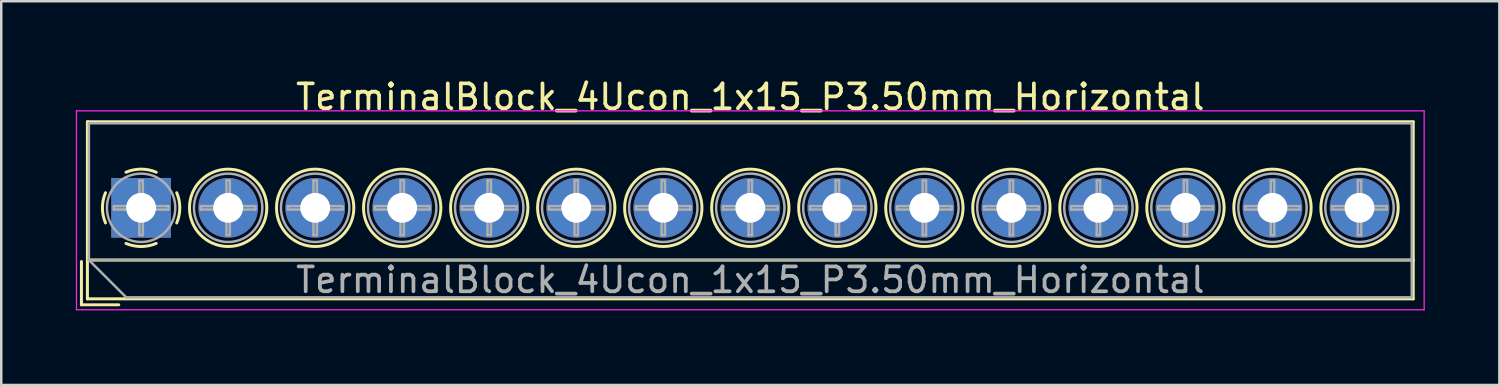
<source format=kicad_pcb>
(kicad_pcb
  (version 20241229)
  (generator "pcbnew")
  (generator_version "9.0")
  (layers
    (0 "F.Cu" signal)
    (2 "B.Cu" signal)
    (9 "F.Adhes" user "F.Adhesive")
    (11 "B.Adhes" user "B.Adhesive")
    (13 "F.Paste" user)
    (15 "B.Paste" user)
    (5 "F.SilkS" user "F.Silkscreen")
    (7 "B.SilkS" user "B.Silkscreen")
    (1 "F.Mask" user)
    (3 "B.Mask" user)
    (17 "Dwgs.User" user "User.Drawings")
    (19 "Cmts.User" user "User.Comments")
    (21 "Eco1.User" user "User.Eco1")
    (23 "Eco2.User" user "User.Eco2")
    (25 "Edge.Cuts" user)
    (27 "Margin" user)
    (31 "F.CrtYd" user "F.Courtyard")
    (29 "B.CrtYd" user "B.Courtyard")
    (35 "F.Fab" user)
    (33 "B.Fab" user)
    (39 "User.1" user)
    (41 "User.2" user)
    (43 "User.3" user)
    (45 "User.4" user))
  (footprint "TerminalBlock_4Ucon_1x15_P3.50mm_Horizontal"
    (layer "F.Cu")
    (at 2.625 5.308)
    (property "Reference" "TerminalBlock_4Ucon_1x15_P3.50mm_Horizontal" (at 24.5 -4.46 0) (layer "F.SilkS") (effects (font (size 1 1) (thickness 0.15))))
    (attr through_hole)
    (fp_line (start -2.4 2.16) (end -2.4 3.9) (stroke (width 0.12) (type solid)) (layer "F.SilkS"))
    (fp_line (start -2.4 3.9) (end -0.9 3.9) (stroke (width 0.12) (type solid)) (layer "F.SilkS"))
    (fp_line (start -2.16 -3.46) (end -2.16 3.66) (stroke (width 0.12) (type solid)) (layer "F.SilkS"))
    (fp_line (start -2.16 -3.46) (end 51.16 -3.46) (stroke (width 0.12) (type solid)) (layer "F.SilkS"))
    (fp_line (start -2.16 2.1) (end 51.16 2.1) (stroke (width 0.12) (type solid)) (layer "F.SilkS"))
    (fp_line (start -2.16 3.66) (end 51.16 3.66) (stroke (width 0.12) (type solid)) (layer "F.SilkS"))
    (fp_line (start 51.16 -3.46) (end 51.16 3.66) (stroke (width 0.12) (type solid)) (layer "F.SilkS"))
    (fp_arc (start -1.432109 0.607742) (mid -1.555727 -0.00014) (end -1.432 -0.608) (stroke (width 0.12) (type solid)) (layer "F.SilkS"))
    (fp_arc (start -0.607742 -1.432109) (mid 0.00014 -1.555727) (end 0.608 -1.432) (stroke (width 0.12) (type solid)) (layer "F.SilkS"))
    (fp_arc (start 0.027011 1.555493) (mid -0.296984 1.527118) (end -0.608 1.432) (stroke (width 0.12) (type solid)) (layer "F.SilkS"))
    (fp_arc (start 0.607587 1.431385) (mid 0.310017 1.523783) (end 0 1.555) (stroke (width 0.12) (type solid)) (layer "F.SilkS"))
    (fp_arc (start 1.432109 -0.607742) (mid 1.555727 0.00014) (end 1.432 0.608) (stroke (width 0.12) (type solid)) (layer "F.SilkS"))
    (fp_circle (center 3.5 0) (end 5.055 0) (stroke (width 0.12) (type solid)) (fill no) (layer "F.SilkS"))
    (fp_circle (center 7 0) (end 8.555 0) (stroke (width 0.12) (type solid)) (fill no) (layer "F.SilkS"))
    (fp_circle (center 10.5 0) (end 12.055 0) (stroke (width 0.12) (type solid)) (fill no) (layer "F.SilkS"))
    (fp_circle (center 14 0) (end 15.555 0) (stroke (width 0.12) (type solid)) (fill no) (layer "F.SilkS"))
    (fp_circle (center 17.5 0) (end 19.055 0) (stroke (width 0.12) (type solid)) (fill no) (layer "F.SilkS"))
    (fp_circle (center 21 0) (end 22.555 0) (stroke (width 0.12) (type solid)) (fill no) (layer "F.SilkS"))
    (fp_circle (center 24.5 0) (end 26.055 0) (stroke (width 0.12) (type solid)) (fill no) (layer "F.SilkS"))
    (fp_circle (center 28 0) (end 29.555 0) (stroke (width 0.12) (type solid)) (fill no) (layer "F.SilkS"))
    (fp_circle (center 31.5 0) (end 33.055 0) (stroke (width 0.12) (type solid)) (fill no) (layer "F.SilkS"))
    (fp_circle (center 35 0) (end 36.555 0) (stroke (width 0.12) (type solid)) (fill no) (layer "F.SilkS"))
    (fp_circle (center 38.5 0) (end 40.055 0) (stroke (width 0.12) (type solid)) (fill no) (layer "F.SilkS"))
    (fp_circle (center 42 0) (end 43.555 0) (stroke (width 0.12) (type solid)) (fill no) (layer "F.SilkS"))
    (fp_circle (center 45.5 0) (end 47.055 0) (stroke (width 0.12) (type solid)) (fill no) (layer "F.SilkS"))
    (fp_circle (center 49 0) (end 50.555 0) (stroke (width 0.12) (type solid)) (fill no) (layer "F.SilkS"))
    (fp_line (start -2.6 -3.9) (end -2.6 4.1) (stroke (width 0.05) (type solid)) (layer "F.CrtYd"))
    (fp_line (start -2.6 4.1) (end 51.6 4.1) (stroke (width 0.05) (type solid)) (layer "F.CrtYd"))
    (fp_line (start 51.6 -3.9) (end -2.6 -3.9) (stroke (width 0.05) (type solid)) (layer "F.CrtYd"))
    (fp_line (start 51.6 4.1) (end 51.6 -3.9) (stroke (width 0.05) (type solid)) (layer "F.CrtYd"))
    (fp_line (start -2.1 -3.4) (end 51.1 -3.4) (stroke (width 0.1) (type solid)) (layer "F.Fab"))
    (fp_line (start -2.1 2.1) (end -2.1 -3.4) (stroke (width 0.1) (type solid)) (layer "F.Fab"))
    (fp_line (start -2.1 2.1) (end 51.1 2.1) (stroke (width 0.1) (type solid)) (layer "F.Fab"))
    (fp_line (start -1.1 -0.069) (end -0.069 -0.069) (stroke (width 0.1) (type solid)) (layer "F.Fab"))
    (fp_line (start -1.1 0.069) (end -1.1 -0.069) (stroke (width 0.1) (type solid)) (layer "F.Fab"))
    (fp_line (start -0.6 3.6) (end -2.1 2.1) (stroke (width 0.1) (type solid)) (layer "F.Fab"))
    (fp_line (start -0.069 -1.1) (end 0.069 -1.1) (stroke (width 0.1) (type solid)) (layer "F.Fab"))
    (fp_line (start -0.069 -0.069) (end -0.069 -1.1) (stroke (width 0.1) (type solid)) (layer "F.Fab"))
    (fp_line (start -0.069 0.069) (end -1.1 0.069) (stroke (width 0.1) (type solid)) (layer "F.Fab"))
    (fp_line (start -0.069 1.1) (end -0.069 0.069) (stroke (width 0.1) (type solid)) (layer "F.Fab"))
    (fp_line (start 0.069 -1.1) (end 0.069 -0.069) (stroke (width 0.1) (type solid)) (layer "F.Fab"))
    (fp_line (start 0.069 -0.069) (end 1.1 -0.069) (stroke (width 0.1) (type solid)) (layer "F.Fab"))
    (fp_line (start 0.069 0.069) (end 0.069 1.1) (stroke (width 0.1) (type solid)) (layer "F.Fab"))
    (fp_line (start 0.069 1.1) (end -0.069 1.1) (stroke (width 0.1) (type solid)) (layer "F.Fab"))
    (fp_line (start 1.1 -0.069) (end 1.1 0.069) (stroke (width 0.1) (type solid)) (layer "F.Fab"))
    (fp_line (start 1.1 0.069) (end 0.069 0.069) (stroke (width 0.1) (type solid)) (layer "F.Fab"))
    (fp_line (start 2.4 -0.069) (end 3.431 -0.069) (stroke (width 0.1) (type solid)) (layer "F.Fab"))
    (fp_line (start 2.4 0.069) (end 2.4 -0.069) (stroke (width 0.1) (type solid)) (layer "F.Fab"))
    (fp_line (start 3.431 -1.1) (end 3.569 -1.1) (stroke (width 0.1) (type solid)) (layer "F.Fab"))
    (fp_line (start 3.431 -0.069) (end 3.431 -1.1) (stroke (width 0.1) (type solid)) (layer "F.Fab"))
    (fp_line (start 3.431 0.069) (end 2.4 0.069) (stroke (width 0.1) (type solid)) (layer "F.Fab"))
    (fp_line (start 3.431 1.1) (end 3.431 0.069) (stroke (width 0.1) (type solid)) (layer "F.Fab"))
    (fp_line (start 3.569 -1.1) (end 3.569 -0.069) (stroke (width 0.1) (type solid)) (layer "F.Fab"))
    (fp_line (start 3.569 -0.069) (end 4.6 -0.069) (stroke (width 0.1) (type solid)) (layer "F.Fab"))
    (fp_line (start 3.569 0.069) (end 3.569 1.1) (stroke (width 0.1) (type solid)) (layer "F.Fab"))
    (fp_line (start 3.569 1.1) (end 3.431 1.1) (stroke (width 0.1) (type solid)) (layer "F.Fab"))
    (fp_line (start 4.6 -0.069) (end 4.6 0.069) (stroke (width 0.1) (type solid)) (layer "F.Fab"))
    (fp_line (start 4.6 0.069) (end 3.569 0.069) (stroke (width 0.1) (type solid)) (layer "F.Fab"))
    (fp_line (start 5.9 -0.069) (end 6.931 -0.069) (stroke (width 0.1) (type solid)) (layer "F.Fab"))
    (fp_line (start 5.9 0.069) (end 5.9 -0.069) (stroke (width 0.1) (type solid)) (layer "F.Fab"))
    (fp_line (start 6.931 -1.1) (end 7.069 -1.1) (stroke (width 0.1) (type solid)) (layer "F.Fab"))
    (fp_line (start 6.931 -0.069) (end 6.931 -1.1) (stroke (width 0.1) (type solid)) (layer "F.Fab"))
    (fp_line (start 6.931 0.069) (end 5.9 0.069) (stroke (width 0.1) (type solid)) (layer "F.Fab"))
    (fp_line (start 6.931 1.1) (end 6.931 0.069) (stroke (width 0.1) (type solid)) (layer "F.Fab"))
    (fp_line (start 7.069 -1.1) (end 7.069 -0.069) (stroke (width 0.1) (type solid)) (layer "F.Fab"))
    (fp_line (start 7.069 -0.069) (end 8.1 -0.069) (stroke (width 0.1) (type solid)) (layer "F.Fab"))
    (fp_line (start 7.069 0.069) (end 7.069 1.1) (stroke (width 0.1) (type solid)) (layer "F.Fab"))
    (fp_line (start 7.069 1.1) (end 6.931 1.1) (stroke (width 0.1) (type solid)) (layer "F.Fab"))
    (fp_line (start 8.1 -0.069) (end 8.1 0.069) (stroke (width 0.1) (type solid)) (layer "F.Fab"))
    (fp_line (start 8.1 0.069) (end 7.069 0.069) (stroke (width 0.1) (type solid)) (layer "F.Fab"))
    (fp_line (start 9.4 -0.069) (end 10.431 -0.069) (stroke (width 0.1) (type solid)) (layer "F.Fab"))
    (fp_line (start 9.4 0.069) (end 9.4 -0.069) (stroke (width 0.1) (type solid)) (layer "F.Fab"))
    (fp_line (start 10.431 -1.1) (end 10.569 -1.1) (stroke (width 0.1) (type solid)) (layer "F.Fab"))
    (fp_line (start 10.431 -0.069) (end 10.431 -1.1) (stroke (width 0.1) (type solid)) (layer "F.Fab"))
    (fp_line (start 10.431 0.069) (end 9.4 0.069) (stroke (width 0.1) (type solid)) (layer "F.Fab"))
    (fp_line (start 10.431 1.1) (end 10.431 0.069) (stroke (width 0.1) (type solid)) (layer "F.Fab"))
    (fp_line (start 10.569 -1.1) (end 10.569 -0.069) (stroke (width 0.1) (type solid)) (layer "F.Fab"))
    (fp_line (start 10.569 -0.069) (end 11.6 -0.069) (stroke (width 0.1) (type solid)) (layer "F.Fab"))
    (fp_line (start 10.569 0.069) (end 10.569 1.1) (stroke (width 0.1) (type solid)) (layer "F.Fab"))
    (fp_line (start 10.569 1.1) (end 10.431 1.1) (stroke (width 0.1) (type solid)) (layer "F.Fab"))
    (fp_line (start 11.6 -0.069) (end 11.6 0.069) (stroke (width 0.1) (type solid)) (layer "F.Fab"))
    (fp_line (start 11.6 0.069) (end 10.569 0.069) (stroke (width 0.1) (type solid)) (layer "F.Fab"))
    (fp_line (start 12.9 -0.069) (end 13.931 -0.069) (stroke (width 0.1) (type solid)) (layer "F.Fab"))
    (fp_line (start 12.9 0.069) (end 12.9 -0.069) (stroke (width 0.1) (type solid)) (layer "F.Fab"))
    (fp_line (start 13.931 -1.1) (end 14.069 -1.1) (stroke (width 0.1) (type solid)) (layer "F.Fab"))
    (fp_line (start 13.931 -0.069) (end 13.931 -1.1) (stroke (width 0.1) (type solid)) (layer "F.Fab"))
    (fp_line (start 13.931 0.069) (end 12.9 0.069) (stroke (width 0.1) (type solid)) (layer "F.Fab"))
    (fp_line (start 13.931 1.1) (end 13.931 0.069) (stroke (width 0.1) (type solid)) (layer "F.Fab"))
    (fp_line (start 14.069 -1.1) (end 14.069 -0.069) (stroke (width 0.1) (type solid)) (layer "F.Fab"))
    (fp_line (start 14.069 -0.069) (end 15.1 -0.069) (stroke (width 0.1) (type solid)) (layer "F.Fab"))
    (fp_line (start 14.069 0.069) (end 14.069 1.1) (stroke (width 0.1) (type solid)) (layer "F.Fab"))
    (fp_line (start 14.069 1.1) (end 13.931 1.1) (stroke (width 0.1) (type solid)) (layer "F.Fab"))
    (fp_line (start 15.1 -0.069) (end 15.1 0.069) (stroke (width 0.1) (type solid)) (layer "F.Fab"))
    (fp_line (start 15.1 0.069) (end 14.069 0.069) (stroke (width 0.1) (type solid)) (layer "F.Fab"))
    (fp_line (start 16.4 -0.069) (end 17.431 -0.069) (stroke (width 0.1) (type solid)) (layer "F.Fab"))
    (fp_line (start 16.4 0.069) (end 16.4 -0.069) (stroke (width 0.1) (type solid)) (layer "F.Fab"))
    (fp_line (start 17.431 -1.1) (end 17.569 -1.1) (stroke (width 0.1) (type solid)) (layer "F.Fab"))
    (fp_line (start 17.431 -0.069) (end 17.431 -1.1) (stroke (width 0.1) (type solid)) (layer "F.Fab"))
    (fp_line (start 17.431 0.069) (end 16.4 0.069) (stroke (width 0.1) (type solid)) (layer "F.Fab"))
    (fp_line (start 17.431 1.1) (end 17.431 0.069) (stroke (width 0.1) (type solid)) (layer "F.Fab"))
    (fp_line (start 17.569 -1.1) (end 17.569 -0.069) (stroke (width 0.1) (type solid)) (layer "F.Fab"))
    (fp_line (start 17.569 -0.069) (end 18.6 -0.069) (stroke (width 0.1) (type solid)) (layer "F.Fab"))
    (fp_line (start 17.569 0.069) (end 17.569 1.1) (stroke (width 0.1) (type solid)) (layer "F.Fab"))
    (fp_line (start 17.569 1.1) (end 17.431 1.1) (stroke (width 0.1) (type solid)) (layer "F.Fab"))
    (fp_line (start 18.6 -0.069) (end 18.6 0.069) (stroke (width 0.1) (type solid)) (layer "F.Fab"))
    (fp_line (start 18.6 0.069) (end 17.569 0.069) (stroke (width 0.1) (type solid)) (layer "F.Fab"))
    (fp_line (start 19.9 -0.069) (end 20.931 -0.069) (stroke (width 0.1) (type solid)) (layer "F.Fab"))
    (fp_line (start 19.9 0.069) (end 19.9 -0.069) (stroke (width 0.1) (type solid)) (layer "F.Fab"))
    (fp_line (start 20.931 -1.1) (end 21.069 -1.1) (stroke (width 0.1) (type solid)) (layer "F.Fab"))
    (fp_line (start 20.931 -0.069) (end 20.931 -1.1) (stroke (width 0.1) (type solid)) (layer "F.Fab"))
    (fp_line (start 20.931 0.069) (end 19.9 0.069) (stroke (width 0.1) (type solid)) (layer "F.Fab"))
    (fp_line (start 20.931 1.1) (end 20.931 0.069) (stroke (width 0.1) (type solid)) (layer "F.Fab"))
    (fp_line (start 21.069 -1.1) (end 21.069 -0.069) (stroke (width 0.1) (type solid)) (layer "F.Fab"))
    (fp_line (start 21.069 -0.069) (end 22.1 -0.069) (stroke (width 0.1) (type solid)) (layer "F.Fab"))
    (fp_line (start 21.069 0.069) (end 21.069 1.1) (stroke (width 0.1) (type solid)) (layer "F.Fab"))
    (fp_line (start 21.069 1.1) (end 20.931 1.1) (stroke (width 0.1) (type solid)) (layer "F.Fab"))
    (fp_line (start 22.1 -0.069) (end 22.1 0.069) (stroke (width 0.1) (type solid)) (layer "F.Fab"))
    (fp_line (start 22.1 0.069) (end 21.069 0.069) (stroke (width 0.1) (type solid)) (layer "F.Fab"))
    (fp_line (start 23.4 -0.069) (end 24.431 -0.069) (stroke (width 0.1) (type solid)) (layer "F.Fab"))
    (fp_line (start 23.4 0.069) (end 23.4 -0.069) (stroke (width 0.1) (type solid)) (layer "F.Fab"))
    (fp_line (start 24.431 -1.1) (end 24.569 -1.1) (stroke (width 0.1) (type solid)) (layer "F.Fab"))
    (fp_line (start 24.431 -0.069) (end 24.431 -1.1) (stroke (width 0.1) (type solid)) (layer "F.Fab"))
    (fp_line (start 24.431 0.069) (end 23.4 0.069) (stroke (width 0.1) (type solid)) (layer "F.Fab"))
    (fp_line (start 24.431 1.1) (end 24.431 0.069) (stroke (width 0.1) (type solid)) (layer "F.Fab"))
    (fp_line (start 24.569 -1.1) (end 24.569 -0.069) (stroke (width 0.1) (type solid)) (layer "F.Fab"))
    (fp_line (start 24.569 -0.069) (end 25.6 -0.069) (stroke (width 0.1) (type solid)) (layer "F.Fab"))
    (fp_line (start 24.569 0.069) (end 24.569 1.1) (stroke (width 0.1) (type solid)) (layer "F.Fab"))
    (fp_line (start 24.569 1.1) (end 24.431 1.1) (stroke (width 0.1) (type solid)) (layer "F.Fab"))
    (fp_line (start 25.6 -0.069) (end 25.6 0.069) (stroke (width 0.1) (type solid)) (layer "F.Fab"))
    (fp_line (start 25.6 0.069) (end 24.569 0.069) (stroke (width 0.1) (type solid)) (layer "F.Fab"))
    (fp_line (start 26.9 -0.069) (end 27.931 -0.069) (stroke (width 0.1) (type solid)) (layer "F.Fab"))
    (fp_line (start 26.9 0.069) (end 26.9 -0.069) (stroke (width 0.1) (type solid)) (layer "F.Fab"))
    (fp_line (start 27.931 -1.1) (end 28.069 -1.1) (stroke (width 0.1) (type solid)) (layer "F.Fab"))
    (fp_line (start 27.931 -0.069) (end 27.931 -1.1) (stroke (width 0.1) (type solid)) (layer "F.Fab"))
    (fp_line (start 27.931 0.069) (end 26.9 0.069) (stroke (width 0.1) (type solid)) (layer "F.Fab"))
    (fp_line (start 27.931 1.1) (end 27.931 0.069) (stroke (width 0.1) (type solid)) (layer "F.Fab"))
    (fp_line (start 28.069 -1.1) (end 28.069 -0.069) (stroke (width 0.1) (type solid)) (layer "F.Fab"))
    (fp_line (start 28.069 -0.069) (end 29.1 -0.069) (stroke (width 0.1) (type solid)) (layer "F.Fab"))
    (fp_line (start 28.069 0.069) (end 28.069 1.1) (stroke (width 0.1) (type solid)) (layer "F.Fab"))
    (fp_line (start 28.069 1.1) (end 27.931 1.1) (stroke (width 0.1) (type solid)) (layer "F.Fab"))
    (fp_line (start 29.1 -0.069) (end 29.1 0.069) (stroke (width 0.1) (type solid)) (layer "F.Fab"))
    (fp_line (start 29.1 0.069) (end 28.069 0.069) (stroke (width 0.1) (type solid)) (layer "F.Fab"))
    (fp_line (start 30.4 -0.069) (end 31.431 -0.069) (stroke (width 0.1) (type solid)) (layer "F.Fab"))
    (fp_line (start 30.4 0.069) (end 30.4 -0.069) (stroke (width 0.1) (type solid)) (layer "F.Fab"))
    (fp_line (start 31.431 -1.1) (end 31.569 -1.1) (stroke (width 0.1) (type solid)) (layer "F.Fab"))
    (fp_line (start 31.431 -0.069) (end 31.431 -1.1) (stroke (width 0.1) (type solid)) (layer "F.Fab"))
    (fp_line (start 31.431 0.069) (end 30.4 0.069) (stroke (width 0.1) (type solid)) (layer "F.Fab"))
    (fp_line (start 31.431 1.1) (end 31.431 0.069) (stroke (width 0.1) (type solid)) (layer "F.Fab"))
    (fp_line (start 31.569 -1.1) (end 31.569 -0.069) (stroke (width 0.1) (type solid)) (layer "F.Fab"))
    (fp_line (start 31.569 -0.069) (end 32.6 -0.069) (stroke (width 0.1) (type solid)) (layer "F.Fab"))
    (fp_line (start 31.569 0.069) (end 31.569 1.1) (stroke (width 0.1) (type solid)) (layer "F.Fab"))
    (fp_line (start 31.569 1.1) (end 31.431 1.1) (stroke (width 0.1) (type solid)) (layer "F.Fab"))
    (fp_line (start 32.6 -0.069) (end 32.6 0.069) (stroke (width 0.1) (type solid)) (layer "F.Fab"))
    (fp_line (start 32.6 0.069) (end 31.569 0.069) (stroke (width 0.1) (type solid)) (layer "F.Fab"))
    (fp_line (start 33.9 -0.069) (end 34.931 -0.069) (stroke (width 0.1) (type solid)) (layer "F.Fab"))
    (fp_line (start 33.9 0.069) (end 33.9 -0.069) (stroke (width 0.1) (type solid)) (layer "F.Fab"))
    (fp_line (start 34.931 -1.1) (end 35.069 -1.1) (stroke (width 0.1) (type solid)) (layer "F.Fab"))
    (fp_line (start 34.931 -0.069) (end 34.931 -1.1) (stroke (width 0.1) (type solid)) (layer "F.Fab"))
    (fp_line (start 34.931 0.069) (end 33.9 0.069) (stroke (width 0.1) (type solid)) (layer "F.Fab"))
    (fp_line (start 34.931 1.1) (end 34.931 0.069) (stroke (width 0.1) (type solid)) (layer "F.Fab"))
    (fp_line (start 35.069 -1.1) (end 35.069 -0.069) (stroke (width 0.1) (type solid)) (layer "F.Fab"))
    (fp_line (start 35.069 -0.069) (end 36.1 -0.069) (stroke (width 0.1) (type solid)) (layer "F.Fab"))
    (fp_line (start 35.069 0.069) (end 35.069 1.1) (stroke (width 0.1) (type solid)) (layer "F.Fab"))
    (fp_line (start 35.069 1.1) (end 34.931 1.1) (stroke (width 0.1) (type solid)) (layer "F.Fab"))
    (fp_line (start 36.1 -0.069) (end 36.1 0.069) (stroke (width 0.1) (type solid)) (layer "F.Fab"))
    (fp_line (start 36.1 0.069) (end 35.069 0.069) (stroke (width 0.1) (type solid)) (layer "F.Fab"))
    (fp_line (start 37.4 -0.069) (end 38.431 -0.069) (stroke (width 0.1) (type solid)) (layer "F.Fab"))
    (fp_line (start 37.4 0.069) (end 37.4 -0.069) (stroke (width 0.1) (type solid)) (layer "F.Fab"))
    (fp_line (start 38.431 -1.1) (end 38.569 -1.1) (stroke (width 0.1) (type solid)) (layer "F.Fab"))
    (fp_line (start 38.431 -0.069) (end 38.431 -1.1) (stroke (width 0.1) (type solid)) (layer "F.Fab"))
    (fp_line (start 38.431 0.069) (end 37.4 0.069) (stroke (width 0.1) (type solid)) (layer "F.Fab"))
    (fp_line (start 38.431 1.1) (end 38.431 0.069) (stroke (width 0.1) (type solid)) (layer "F.Fab"))
    (fp_line (start 38.569 -1.1) (end 38.569 -0.069) (stroke (width 0.1) (type solid)) (layer "F.Fab"))
    (fp_line (start 38.569 -0.069) (end 39.6 -0.069) (stroke (width 0.1) (type solid)) (layer "F.Fab"))
    (fp_line (start 38.569 0.069) (end 38.569 1.1) (stroke (width 0.1) (type solid)) (layer "F.Fab"))
    (fp_line (start 38.569 1.1) (end 38.431 1.1) (stroke (width 0.1) (type solid)) (layer "F.Fab"))
    (fp_line (start 39.6 -0.069) (end 39.6 0.069) (stroke (width 0.1) (type solid)) (layer "F.Fab"))
    (fp_line (start 39.6 0.069) (end 38.569 0.069) (stroke (width 0.1) (type solid)) (layer "F.Fab"))
    (fp_line (start 40.9 -0.069) (end 41.931 -0.069) (stroke (width 0.1) (type solid)) (layer "F.Fab"))
    (fp_line (start 40.9 0.069) (end 40.9 -0.069) (stroke (width 0.1) (type solid)) (layer "F.Fab"))
    (fp_line (start 41.931 -1.1) (end 42.069 -1.1) (stroke (width 0.1) (type solid)) (layer "F.Fab"))
    (fp_line (start 41.931 -0.069) (end 41.931 -1.1) (stroke (width 0.1) (type solid)) (layer "F.Fab"))
    (fp_line (start 41.931 0.069) (end 40.9 0.069) (stroke (width 0.1) (type solid)) (layer "F.Fab"))
    (fp_line (start 41.931 1.1) (end 41.931 0.069) (stroke (width 0.1) (type solid)) (layer "F.Fab"))
    (fp_line (start 42.069 -1.1) (end 42.069 -0.069) (stroke (width 0.1) (type solid)) (layer "F.Fab"))
    (fp_line (start 42.069 -0.069) (end 43.1 -0.069) (stroke (width 0.1) (type solid)) (layer "F.Fab"))
    (fp_line (start 42.069 0.069) (end 42.069 1.1) (stroke (width 0.1) (type solid)) (layer "F.Fab"))
    (fp_line (start 42.069 1.1) (end 41.931 1.1) (stroke (width 0.1) (type solid)) (layer "F.Fab"))
    (fp_line (start 43.1 -0.069) (end 43.1 0.069) (stroke (width 0.1) (type solid)) (layer "F.Fab"))
    (fp_line (start 43.1 0.069) (end 42.069 0.069) (stroke (width 0.1) (type solid)) (layer "F.Fab"))
    (fp_line (start 44.4 -0.069) (end 45.431 -0.069) (stroke (width 0.1) (type solid)) (layer "F.Fab"))
    (fp_line (start 44.4 0.069) (end 44.4 -0.069) (stroke (width 0.1) (type solid)) (layer "F.Fab"))
    (fp_line (start 45.431 -1.1) (end 45.569 -1.1) (stroke (width 0.1) (type solid)) (layer "F.Fab"))
    (fp_line (start 45.431 -0.069) (end 45.431 -1.1) (stroke (width 0.1) (type solid)) (layer "F.Fab"))
    (fp_line (start 45.431 0.069) (end 44.4 0.069) (stroke (width 0.1) (type solid)) (layer "F.Fab"))
    (fp_line (start 45.431 1.1) (end 45.431 0.069) (stroke (width 0.1) (type solid)) (layer "F.Fab"))
    (fp_line (start 45.569 -1.1) (end 45.569 -0.069) (stroke (width 0.1) (type solid)) (layer "F.Fab"))
    (fp_line (start 45.569 -0.069) (end 46.6 -0.069) (stroke (width 0.1) (type solid)) (layer "F.Fab"))
    (fp_line (start 45.569 0.069) (end 45.569 1.1) (stroke (width 0.1) (type solid)) (layer "F.Fab"))
    (fp_line (start 45.569 1.1) (end 45.431 1.1) (stroke (width 0.1) (type solid)) (layer "F.Fab"))
    (fp_line (start 46.6 -0.069) (end 46.6 0.069) (stroke (width 0.1) (type solid)) (layer "F.Fab"))
    (fp_line (start 46.6 0.069) (end 45.569 0.069) (stroke (width 0.1) (type solid)) (layer "F.Fab"))
    (fp_line (start 47.9 -0.069) (end 48.931 -0.069) (stroke (width 0.1) (type solid)) (layer "F.Fab"))
    (fp_line (start 47.9 0.069) (end 47.9 -0.069) (stroke (width 0.1) (type solid)) (layer "F.Fab"))
    (fp_line (start 48.931 -1.1) (end 49.069 -1.1) (stroke (width 0.1) (type solid)) (layer "F.Fab"))
    (fp_line (start 48.931 -0.069) (end 48.931 -1.1) (stroke (width 0.1) (type solid)) (layer "F.Fab"))
    (fp_line (start 48.931 0.069) (end 47.9 0.069) (stroke (width 0.1) (type solid)) (layer "F.Fab"))
    (fp_line (start 48.931 1.1) (end 48.931 0.069) (stroke (width 0.1) (type solid)) (layer "F.Fab"))
    (fp_line (start 49.069 -1.1) (end 49.069 -0.069) (stroke (width 0.1) (type solid)) (layer "F.Fab"))
    (fp_line (start 49.069 -0.069) (end 50.1 -0.069) (stroke (width 0.1) (type solid)) (layer "F.Fab"))
    (fp_line (start 49.069 0.069) (end 49.069 1.1) (stroke (width 0.1) (type solid)) (layer "F.Fab"))
    (fp_line (start 49.069 1.1) (end 48.931 1.1) (stroke (width 0.1) (type solid)) (layer "F.Fab"))
    (fp_line (start 50.1 -0.069) (end 50.1 0.069) (stroke (width 0.1) (type solid)) (layer "F.Fab"))
    (fp_line (start 50.1 0.069) (end 49.069 0.069) (stroke (width 0.1) (type solid)) (layer "F.Fab"))
    (fp_line (start 51.1 -3.4) (end 51.1 3.6) (stroke (width 0.1) (type solid)) (layer "F.Fab"))
    (fp_line (start 51.1 3.6) (end -0.6 3.6) (stroke (width 0.1) (type solid)) (layer "F.Fab"))
    (fp_circle (center 0 0) (end 1.375 0) (stroke (width 0.1) (type solid)) (fill no) (layer "F.Fab"))
    (fp_circle (center 3.5 0) (end 4.875 0) (stroke (width 0.1) (type solid)) (fill no) (layer "F.Fab"))
    (fp_circle (center 7 0) (end 8.375 0) (stroke (width 0.1) (type solid)) (fill no) (layer "F.Fab"))
    (fp_circle (center 10.5 0) (end 11.875 0) (stroke (width 0.1) (type solid)) (fill no) (layer "F.Fab"))
    (fp_circle (center 14 0) (end 15.375 0) (stroke (width 0.1) (type solid)) (fill no) (layer "F.Fab"))
    (fp_circle (center 17.5 0) (end 18.875 0) (stroke (width 0.1) (type solid)) (fill no) (layer "F.Fab"))
    (fp_circle (center 21 0) (end 22.375 0) (stroke (width 0.1) (type solid)) (fill no) (layer "F.Fab"))
    (fp_circle (center 24.5 0) (end 25.875 0) (stroke (width 0.1) (type solid)) (fill no) (layer "F.Fab"))
    (fp_circle (center 28 0) (end 29.375 0) (stroke (width 0.1) (type solid)) (fill no) (layer "F.Fab"))
    (fp_circle (center 31.5 0) (end 32.875 0) (stroke (width 0.1) (type solid)) (fill no) (layer "F.Fab"))
    (fp_circle (center 35 0) (end 36.375 0) (stroke (width 0.1) (type solid)) (fill no) (layer "F.Fab"))
    (fp_circle (center 38.5 0) (end 39.875 0) (stroke (width 0.1) (type solid)) (fill no) (layer "F.Fab"))
    (fp_circle (center 42 0) (end 43.375 0) (stroke (width 0.1) (type solid)) (fill no) (layer "F.Fab"))
    (fp_circle (center 45.5 0) (end 46.875 0) (stroke (width 0.1) (type solid)) (fill no) (layer "F.Fab"))
    (fp_circle (center 49 0) (end 50.375 0) (stroke (width 0.1) (type solid)) (fill no) (layer "F.Fab"))
    (fp_text user "${REFERENCE}" (at 24.5 2.9 0) (layer "F.Fab") (effects (font (size 1 1) (thickness 0.15))))
    (pad "1" thru_hole rect (at 0 0) (size 2.4 2.4) (drill 1.2) (layers "*.Cu" "*.Mask"))
    (pad "2" thru_hole circle (at 3.5 0) (size 2.4 2.4) (drill 1.2) (layers "*.Cu" "*.Mask"))
    (pad "3" thru_hole circle (at 7 0) (size 2.4 2.4) (drill 1.2) (layers "*.Cu" "*.Mask"))
    (pad "4" thru_hole circle (at 10.5 0) (size 2.4 2.4) (drill 1.2) (layers "*.Cu" "*.Mask"))
    (pad "5" thru_hole circle (at 14 0) (size 2.4 2.4) (drill 1.2) (layers "*.Cu" "*.Mask"))
    (pad "6" thru_hole circle (at 17.5 0) (size 2.4 2.4) (drill 1.2) (layers "*.Cu" "*.Mask"))
    (pad "7" thru_hole circle (at 21 0) (size 2.4 2.4) (drill 1.2) (layers "*.Cu" "*.Mask"))
    (pad "8" thru_hole circle (at 24.5 0) (size 2.4 2.4) (drill 1.2) (layers "*.Cu" "*.Mask"))
    (pad "9" thru_hole circle (at 28 0) (size 2.4 2.4) (drill 1.2) (layers "*.Cu" "*.Mask"))
    (pad "10" thru_hole circle (at 31.5 0) (size 2.4 2.4) (drill 1.2) (layers "*.Cu" "*.Mask"))
    (pad "11" thru_hole circle (at 35 0) (size 2.4 2.4) (drill 1.2) (layers "*.Cu" "*.Mask"))
    (pad "12" thru_hole circle (at 38.5 0) (size 2.4 2.4) (drill 1.2) (layers "*.Cu" "*.Mask"))
    (pad "13" thru_hole circle (at 42 0) (size 2.4 2.4) (drill 1.2) (layers "*.Cu" "*.Mask"))
    (pad "14" thru_hole circle (at 45.5 0) (size 2.4 2.4) (drill 1.2) (layers "*.Cu" "*.Mask"))
    (pad "15" thru_hole circle (at 49 0) (size 2.4 2.4) (drill 1.2) (layers "*.Cu" "*.Mask")))
  (gr_rect
    (start -3 -3)
    (end 57.25 12.433)
    (stroke (width 0.1) (type default))
    (fill no)
    (layer "Edge.Cuts")))
</source>
